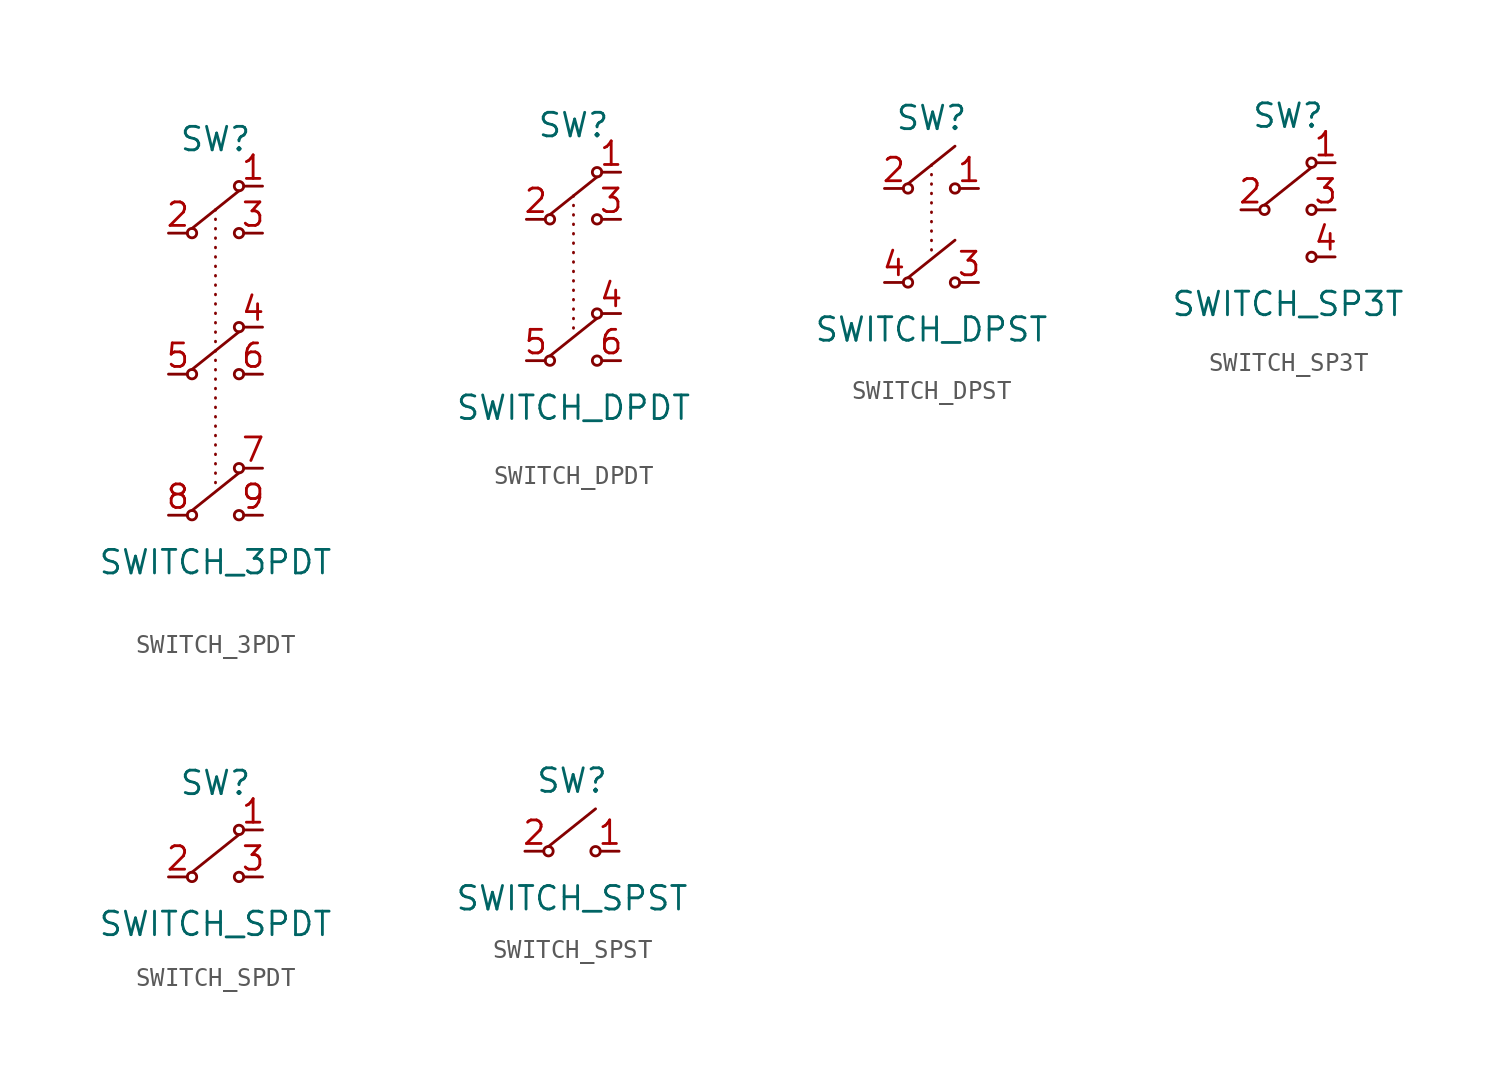
<source format=kicad_sym>
(kicad_symbol_lib
  (version 20211014)
  (generator agg_kicad.build_lib_switch)
  (symbol "SWITCH_3PDT"
    (pin_names hide)
    (property Reference SW
      (at 0 12.7 0)
      (effects (font (size 1.27 1.27))))
    (property Value "SWITCH_3PDT"
      (at 0 -10.16 0)
      (effects (font (size 1.27 1.27))))
    (polyline
      (pts (xy -1.27 7.874) (xy 1.27 9.906))
      (stroke (width 0) (type default) (color 0 0 0 0))
      (fill (type none)))
    (circle
      (center -1.27 7.62)
      (radius 0.254)
      (stroke (width 0) (type default) (color 0 0 0 0))
      (fill (type none)))
    (circle
      (center 1.27 10.16)
      (radius 0.254)
      (stroke (width 0) (type default) (color 0 0 0 0))
      (fill (type none)))
    (circle
      (center 1.27 7.62)
      (radius 0.254)
      (stroke (width 0) (type default) (color 0 0 0 0))
      (fill (type none)))
    (polyline
      (pts (xy -1.27 0.254) (xy 1.27 2.286))
      (stroke (width 0) (type default) (color 0 0 0 0))
      (fill (type none)))
    (circle
      (center -1.27 0)
      (radius 0.254)
      (stroke (width 0) (type default) (color 0 0 0 0))
      (fill (type none)))
    (circle
      (center 1.27 2.54)
      (radius 0.254)
      (stroke (width 0) (type default) (color 0 0 0 0))
      (fill (type none)))
    (circle
      (center 1.27 0)
      (radius 0.254)
      (stroke (width 0) (type default) (color 0 0 0 0))
      (fill (type none)))
    (polyline
      (pts (xy -1.27 -7.366) (xy 1.27 -5.334))
      (stroke (width 0) (type default) (color 0 0 0 0))
      (fill (type none)))
    (circle
      (center -1.27 -7.62)
      (radius 0.254)
      (stroke (width 0) (type default) (color 0 0 0 0))
      (fill (type none)))
    (circle
      (center 1.27 -5.08)
      (radius 0.254)
      (stroke (width 0) (type default) (color 0 0 0 0))
      (fill (type none)))
    (circle
      (center 1.27 -7.62)
      (radius 0.254)
      (stroke (width 0) (type default) (color 0 0 0 0))
      (fill (type none)))
    (polyline
      (pts (xy 0 8.89) (xy 0 8.763))
      (stroke (width 0) (type dot) (color 0 0 0 0))
      (fill (type none)))
    (polyline
      (pts (xy 0 8.382) (xy 0 8.255))
      (stroke (width 0) (type dot) (color 0 0 0 0))
      (fill (type none)))
    (polyline
      (pts (xy 0 7.874) (xy 0 7.747))
      (stroke (width 0) (type dot) (color 0 0 0 0))
      (fill (type none)))
    (polyline
      (pts (xy 0 7.366) (xy 0 7.239))
      (stroke (width 0) (type dot) (color 0 0 0 0))
      (fill (type none)))
    (polyline
      (pts (xy 0 6.858) (xy 0 6.731))
      (stroke (width 0) (type dot) (color 0 0 0 0))
      (fill (type none)))
    (polyline
      (pts (xy 0 6.35) (xy 0 6.223))
      (stroke (width 0) (type dot) (color 0 0 0 0))
      (fill (type none)))
    (polyline
      (pts (xy 0 5.842) (xy 0 5.715))
      (stroke (width 0) (type dot) (color 0 0 0 0))
      (fill (type none)))
    (polyline
      (pts (xy 0 5.334) (xy 0 5.207))
      (stroke (width 0) (type dot) (color 0 0 0 0))
      (fill (type none)))
    (polyline
      (pts (xy 0 4.826) (xy 0 4.699))
      (stroke (width 0) (type dot) (color 0 0 0 0))
      (fill (type none)))
    (polyline
      (pts (xy 0 4.318) (xy 0 4.191))
      (stroke (width 0) (type dot) (color 0 0 0 0))
      (fill (type none)))
    (polyline
      (pts (xy 0 3.81) (xy 0 3.683))
      (stroke (width 0) (type dot) (color 0 0 0 0))
      (fill (type none)))
    (polyline
      (pts (xy 0 3.302) (xy 0 3.175))
      (stroke (width 0) (type dot) (color 0 0 0 0))
      (fill (type none)))
    (polyline
      (pts (xy 0 2.794) (xy 0 2.667))
      (stroke (width 0) (type dot) (color 0 0 0 0))
      (fill (type none)))
    (polyline
      (pts (xy 0 2.286) (xy 0 2.159))
      (stroke (width 0) (type dot) (color 0 0 0 0))
      (fill (type none)))
    (polyline
      (pts (xy 0 1.778) (xy 0 1.651))
      (stroke (width 0) (type dot) (color 0 0 0 0))
      (fill (type none)))
    (polyline
      (pts (xy 0 1.27) (xy 0 1.143))
      (stroke (width 0) (type dot) (color 0 0 0 0))
      (fill (type none)))
    (polyline
      (pts (xy 0 0.762) (xy 0 0.635))
      (stroke (width 0) (type dot) (color 0 0 0 0))
      (fill (type none)))
    (polyline
      (pts (xy 0 0.254) (xy 0 0.127))
      (stroke (width 0) (type dot) (color 0 0 0 0))
      (fill (type none)))
    (polyline
      (pts (xy 0 -0.254) (xy 0 -0.381))
      (stroke (width 0) (type dot) (color 0 0 0 0))
      (fill (type none)))
    (polyline
      (pts (xy 0 -0.762) (xy 0 -0.889))
      (stroke (width 0) (type dot) (color 0 0 0 0))
      (fill (type none)))
    (polyline
      (pts (xy 0 -1.27) (xy 0 -1.397))
      (stroke (width 0) (type dot) (color 0 0 0 0))
      (fill (type none)))
    (polyline
      (pts (xy 0 -1.778) (xy 0 -1.905))
      (stroke (width 0) (type dot) (color 0 0 0 0))
      (fill (type none)))
    (polyline
      (pts (xy 0 -2.286) (xy 0 -2.413))
      (stroke (width 0) (type dot) (color 0 0 0 0))
      (fill (type none)))
    (polyline
      (pts (xy 0 -2.794) (xy 0 -2.921))
      (stroke (width 0) (type dot) (color 0 0 0 0))
      (fill (type none)))
    (polyline
      (pts (xy 0 -3.302) (xy 0 -3.429))
      (stroke (width 0) (type dot) (color 0 0 0 0))
      (fill (type none)))
    (polyline
      (pts (xy 0 -3.81) (xy 0 -3.937))
      (stroke (width 0) (type dot) (color 0 0 0 0))
      (fill (type none)))
    (polyline
      (pts (xy 0 -4.318) (xy 0 -4.445))
      (stroke (width 0) (type dot) (color 0 0 0 0))
      (fill (type none)))
    (polyline
      (pts (xy 0 -4.826) (xy 0 -4.953))
      (stroke (width 0) (type dot) (color 0 0 0 0))
      (fill (type none)))
    (polyline
      (pts (xy 0 -5.334) (xy 0 -5.461))
      (stroke (width 0) (type dot) (color 0 0 0 0))
      (fill (type none)))
    (polyline
      (pts (xy 0 -5.842) (xy 0 -5.969))
      (stroke (width 0) (type dot) (color 0 0 0 0))
      (fill (type none)))
    (pin passive line
      (at -2.54 7.62 0)
      (length 1.016)
      (name "" (effects (font (size 1.27 1.27))))
      (number "2" (effects (font (size 1.27 1.27)))))
    (pin passive line
      (at 2.54 10.16 180)
      (length 1.016)
      (name "" (effects (font (size 1.27 1.27))))
      (number "1" (effects (font (size 1.27 1.27)))))
    (pin passive line
      (at 2.54 7.62 180)
      (length 1.016)
      (name "" (effects (font (size 1.27 1.27))))
      (number "3" (effects (font (size 1.27 1.27)))))
    (pin passive line
      (at -2.54 0 0)
      (length 1.016)
      (name "" (effects (font (size 1.27 1.27))))
      (number "5" (effects (font (size 1.27 1.27)))))
    (pin passive line
      (at 2.54 2.54 180)
      (length 1.016)
      (name "" (effects (font (size 1.27 1.27))))
      (number "4" (effects (font (size 1.27 1.27)))))
    (pin passive line
      (at 2.54 0 180)
      (length 1.016)
      (name "" (effects (font (size 1.27 1.27))))
      (number "6" (effects (font (size 1.27 1.27)))))
    (pin passive line
      (at -2.54 -7.62 0)
      (length 1.016)
      (name "" (effects (font (size 1.27 1.27))))
      (number "8" (effects (font (size 1.27 1.27)))))
    (pin passive line
      (at 2.54 -5.08 180)
      (length 1.016)
      (name "" (effects (font (size 1.27 1.27))))
      (number "7" (effects (font (size 1.27 1.27)))))
    (pin passive line
      (at 2.54 -7.62 180)
      (length 1.016)
      (name "" (effects (font (size 1.27 1.27))))
      (number "9" (effects (font (size 1.27 1.27))))))
  (symbol SWITCH_DPDT
    (pin_names hide)
    (property Reference SW
      (at 0 7.62 0)
      (effects (font (size 1.27 1.27))))
    (property Value SWITCH_DPDT
      (at 0 -7.62 0)
      (effects (font (size 1.27 1.27))))
    (polyline
      (pts (xy -1.27 2.794) (xy 1.27 4.826))
      (stroke (width 0) (type default) (color 0 0 0 0))
      (fill (type none)))
    (circle
      (center -1.27 2.54)
      (radius 0.254)
      (stroke (width 0) (type default) (color 0 0 0 0))
      (fill (type none)))
    (circle
      (center 1.27 5.08)
      (radius 0.254)
      (stroke (width 0) (type default) (color 0 0 0 0))
      (fill (type none)))
    (circle
      (center 1.27 2.54)
      (radius 0.254)
      (stroke (width 0) (type default) (color 0 0 0 0))
      (fill (type none)))
    (polyline
      (pts (xy -1.27 -4.826) (xy 1.27 -2.794))
      (stroke (width 0) (type default) (color 0 0 0 0))
      (fill (type none)))
    (circle
      (center -1.27 -5.08)
      (radius 0.254)
      (stroke (width 0) (type default) (color 0 0 0 0))
      (fill (type none)))
    (circle
      (center 1.27 -2.54)
      (radius 0.254)
      (stroke (width 0) (type default) (color 0 0 0 0))
      (fill (type none)))
    (circle
      (center 1.27 -5.08)
      (radius 0.254)
      (stroke (width 0) (type default) (color 0 0 0 0))
      (fill (type none)))
    (polyline
      (pts (xy 0 3.81) (xy 0 3.683))
      (stroke (width 0) (type dot) (color 0 0 0 0))
      (fill (type none)))
    (polyline
      (pts (xy 0 3.302) (xy 0 3.175))
      (stroke (width 0) (type dot) (color 0 0 0 0))
      (fill (type none)))
    (polyline
      (pts (xy 0 2.794) (xy 0 2.667))
      (stroke (width 0) (type dot) (color 0 0 0 0))
      (fill (type none)))
    (polyline
      (pts (xy 0 2.286) (xy 0 2.159))
      (stroke (width 0) (type dot) (color 0 0 0 0))
      (fill (type none)))
    (polyline
      (pts (xy 0 1.778) (xy 0 1.651))
      (stroke (width 0) (type dot) (color 0 0 0 0))
      (fill (type none)))
    (polyline
      (pts (xy 0 1.27) (xy 0 1.143))
      (stroke (width 0) (type dot) (color 0 0 0 0))
      (fill (type none)))
    (polyline
      (pts (xy 0 0.762) (xy 0 0.635))
      (stroke (width 0) (type dot) (color 0 0 0 0))
      (fill (type none)))
    (polyline
      (pts (xy 0 0.254) (xy 0 0.127))
      (stroke (width 0) (type dot) (color 0 0 0 0))
      (fill (type none)))
    (polyline
      (pts (xy 0 -0.254) (xy 0 -0.381))
      (stroke (width 0) (type dot) (color 0 0 0 0))
      (fill (type none)))
    (polyline
      (pts (xy 0 -0.762) (xy 0 -0.889))
      (stroke (width 0) (type dot) (color 0 0 0 0))
      (fill (type none)))
    (polyline
      (pts (xy 0 -1.27) (xy 0 -1.397))
      (stroke (width 0) (type dot) (color 0 0 0 0))
      (fill (type none)))
    (polyline
      (pts (xy 0 -1.778) (xy 0 -1.905))
      (stroke (width 0) (type dot) (color 0 0 0 0))
      (fill (type none)))
    (polyline
      (pts (xy 0 -2.286) (xy 0 -2.413))
      (stroke (width 0) (type dot) (color 0 0 0 0))
      (fill (type none)))
    (polyline
      (pts (xy 0 -2.794) (xy 0 -2.921))
      (stroke (width 0) (type dot) (color 0 0 0 0))
      (fill (type none)))
    (polyline
      (pts (xy 0 -3.302) (xy 0 -3.429))
      (stroke (width 0) (type dot) (color 0 0 0 0))
      (fill (type none)))
    (pin passive line
      (at -2.54 2.54 0)
      (length 1.016)
      (name "" (effects (font (size 1.27 1.27))))
      (number "2" (effects (font (size 1.27 1.27)))))
    (pin passive line
      (at 2.54 5.08 180)
      (length 1.016)
      (name "" (effects (font (size 1.27 1.27))))
      (number "1" (effects (font (size 1.27 1.27)))))
    (pin passive line
      (at 2.54 2.54 180)
      (length 1.016)
      (name "" (effects (font (size 1.27 1.27))))
      (number "3" (effects (font (size 1.27 1.27)))))
    (pin passive line
      (at -2.54 -5.08 0)
      (length 1.016)
      (name "" (effects (font (size 1.27 1.27))))
      (number "5" (effects (font (size 1.27 1.27)))))
    (pin passive line
      (at 2.54 -2.54 180)
      (length 1.016)
      (name "" (effects (font (size 1.27 1.27))))
      (number "4" (effects (font (size 1.27 1.27)))))
    (pin passive line
      (at 2.54 -5.08 180)
      (length 1.016)
      (name "" (effects (font (size 1.27 1.27))))
      (number "6" (effects (font (size 1.27 1.27))))))
  (symbol SWITCH_DPST
    (pin_names hide)
    (property Reference SW
      (at 0 6.35 0)
      (effects (font (size 1.27 1.27))))
    (property Value SWITCH_DPST
      (at 0 -5.08 0)
      (effects (font (size 1.27 1.27))))
    (polyline
      (pts (xy -1.27 2.794) (xy 1.27 4.826))
      (stroke (width 0) (type default) (color 0 0 0 0))
      (fill (type none)))
    (circle
      (center -1.27 2.54)
      (radius 0.254)
      (stroke (width 0) (type default) (color 0 0 0 0))
      (fill (type none)))
    (circle
      (center 1.27 2.54)
      (radius 0.254)
      (stroke (width 0) (type default) (color 0 0 0 0))
      (fill (type none)))
    (polyline
      (pts (xy -1.27 -2.286) (xy 1.27 -0.254))
      (stroke (width 0) (type default) (color 0 0 0 0))
      (fill (type none)))
    (circle
      (center -1.27 -2.54)
      (radius 0.254)
      (stroke (width 0) (type default) (color 0 0 0 0))
      (fill (type none)))
    (circle
      (center 1.27 -2.54)
      (radius 0.254)
      (stroke (width 0) (type default) (color 0 0 0 0))
      (fill (type none)))
    (polyline
      (pts (xy 0 3.81) (xy 0 3.683))
      (stroke (width 0) (type dot) (color 0 0 0 0))
      (fill (type none)))
    (polyline
      (pts (xy 0 3.302) (xy 0 3.175))
      (stroke (width 0) (type dot) (color 0 0 0 0))
      (fill (type none)))
    (polyline
      (pts (xy 0 2.794) (xy 0 2.667))
      (stroke (width 0) (type dot) (color 0 0 0 0))
      (fill (type none)))
    (polyline
      (pts (xy 0 2.286) (xy 0 2.159))
      (stroke (width 0) (type dot) (color 0 0 0 0))
      (fill (type none)))
    (polyline
      (pts (xy 0 1.778) (xy 0 1.651))
      (stroke (width 0) (type dot) (color 0 0 0 0))
      (fill (type none)))
    (polyline
      (pts (xy 0 1.27) (xy 0 1.143))
      (stroke (width 0) (type dot) (color 0 0 0 0))
      (fill (type none)))
    (polyline
      (pts (xy 0 0.762) (xy 0 0.635))
      (stroke (width 0) (type dot) (color 0 0 0 0))
      (fill (type none)))
    (polyline
      (pts (xy 0 0.254) (xy 0 0.127))
      (stroke (width 0) (type dot) (color 0 0 0 0))
      (fill (type none)))
    (polyline
      (pts (xy 0 -0.254) (xy 0 -0.381))
      (stroke (width 0) (type dot) (color 0 0 0 0))
      (fill (type none)))
    (polyline
      (pts (xy 0 -0.762) (xy 0 -0.889))
      (stroke (width 0) (type dot) (color 0 0 0 0))
      (fill (type none)))
    (pin passive line
      (at -2.54 2.54 0)
      (length 1.016)
      (name "" (effects (font (size 1.27 1.27))))
      (number "2" (effects (font (size 1.27 1.27)))))
    (pin passive line
      (at 2.54 2.54 180)
      (length 1.016)
      (name "" (effects (font (size 1.27 1.27))))
      (number "1" (effects (font (size 1.27 1.27)))))
    (pin passive line
      (at -2.54 -2.54 0)
      (length 1.016)
      (name "" (effects (font (size 1.27 1.27))))
      (number "4" (effects (font (size 1.27 1.27)))))
    (pin passive line
      (at 2.54 -2.54 180)
      (length 1.016)
      (name "" (effects (font (size 1.27 1.27))))
      (number "3" (effects (font (size 1.27 1.27))))))
  (symbol "SWITCH_SP3T"
    (pin_names hide)
    (property Reference SW
      (at 0 5.08 0)
      (effects (font (size 1.27 1.27))))
    (property Value "SWITCH_SP3T"
      (at 0 -5.08 0)
      (effects (font (size 1.27 1.27))))
    (polyline
      (pts (xy -1.27 0.254) (xy 1.27 2.286))
      (stroke (width 0) (type default) (color 0 0 0 0))
      (fill (type none)))
    (circle
      (center -1.27 0)
      (radius 0.254)
      (stroke (width 0) (type default) (color 0 0 0 0))
      (fill (type none)))
    (circle
      (center 1.27 2.54)
      (radius 0.254)
      (stroke (width 0) (type default) (color 0 0 0 0))
      (fill (type none)))
    (circle
      (center 1.27 0)
      (radius 0.254)
      (stroke (width 0) (type default) (color 0 0 0 0))
      (fill (type none)))
    (circle
      (center 1.27 -2.54)
      (radius 0.254)
      (stroke (width 0) (type default) (color 0 0 0 0))
      (fill (type none)))
    (pin passive line
      (at -2.54 0 0)
      (length 1.016)
      (name "" (effects (font (size 1.27 1.27))))
      (number "2" (effects (font (size 1.27 1.27)))))
    (pin passive line
      (at 2.54 2.54 180)
      (length 1.016)
      (name "" (effects (font (size 1.27 1.27))))
      (number "1" (effects (font (size 1.27 1.27)))))
    (pin passive line
      (at 2.54 0 180)
      (length 1.016)
      (name "" (effects (font (size 1.27 1.27))))
      (number "3" (effects (font (size 1.27 1.27)))))
    (pin passive line
      (at 2.54 -2.54 180)
      (length 1.016)
      (name "" (effects (font (size 1.27 1.27))))
      (number "4" (effects (font (size 1.27 1.27))))))
  (symbol SWITCH_SPDT
    (pin_names hide)
    (property Reference SW
      (at 0 5.08 0)
      (effects (font (size 1.27 1.27))))
    (property Value SWITCH_SPDT
      (at 0 -2.54 0)
      (effects (font (size 1.27 1.27))))
    (polyline
      (pts (xy -1.27 0.254) (xy 1.27 2.286))
      (stroke (width 0) (type default) (color 0 0 0 0))
      (fill (type none)))
    (circle
      (center -1.27 0)
      (radius 0.254)
      (stroke (width 0) (type default) (color 0 0 0 0))
      (fill (type none)))
    (circle
      (center 1.27 2.54)
      (radius 0.254)
      (stroke (width 0) (type default) (color 0 0 0 0))
      (fill (type none)))
    (circle
      (center 1.27 0)
      (radius 0.254)
      (stroke (width 0) (type default) (color 0 0 0 0))
      (fill (type none)))
    (pin passive line
      (at -2.54 0 0)
      (length 1.016)
      (name "" (effects (font (size 1.27 1.27))))
      (number "2" (effects (font (size 1.27 1.27)))))
    (pin passive line
      (at 2.54 2.54 180)
      (length 1.016)
      (name "" (effects (font (size 1.27 1.27))))
      (number "1" (effects (font (size 1.27 1.27)))))
    (pin passive line
      (at 2.54 0 180)
      (length 1.016)
      (name "" (effects (font (size 1.27 1.27))))
      (number "3" (effects (font (size 1.27 1.27))))))
  (symbol SWITCH_SPST
    (pin_names hide)
    (property Reference SW
      (at 0 3.81 0)
      (effects (font (size 1.27 1.27))))
    (property Value SWITCH_SPST
      (at 0 -2.54 0)
      (effects (font (size 1.27 1.27))))
    (polyline
      (pts (xy -1.27 0.254) (xy 1.27 2.286))
      (stroke (width 0) (type default) (color 0 0 0 0))
      (fill (type none)))
    (circle
      (center -1.27 0)
      (radius 0.254)
      (stroke (width 0) (type default) (color 0 0 0 0))
      (fill (type none)))
    (circle
      (center 1.27 0)
      (radius 0.254)
      (stroke (width 0) (type default) (color 0 0 0 0))
      (fill (type none)))
    (pin passive line
      (at -2.54 0 0)
      (length 1.016)
      (name "" (effects (font (size 1.27 1.27))))
      (number "2" (effects (font (size 1.27 1.27)))))
    (pin passive line
      (at 2.54 0 180)
      (length 1.016)
      (name "" (effects (font (size 1.27 1.27))))
      (number "1" (effects (font (size 1.27 1.27)))))))
</source>
